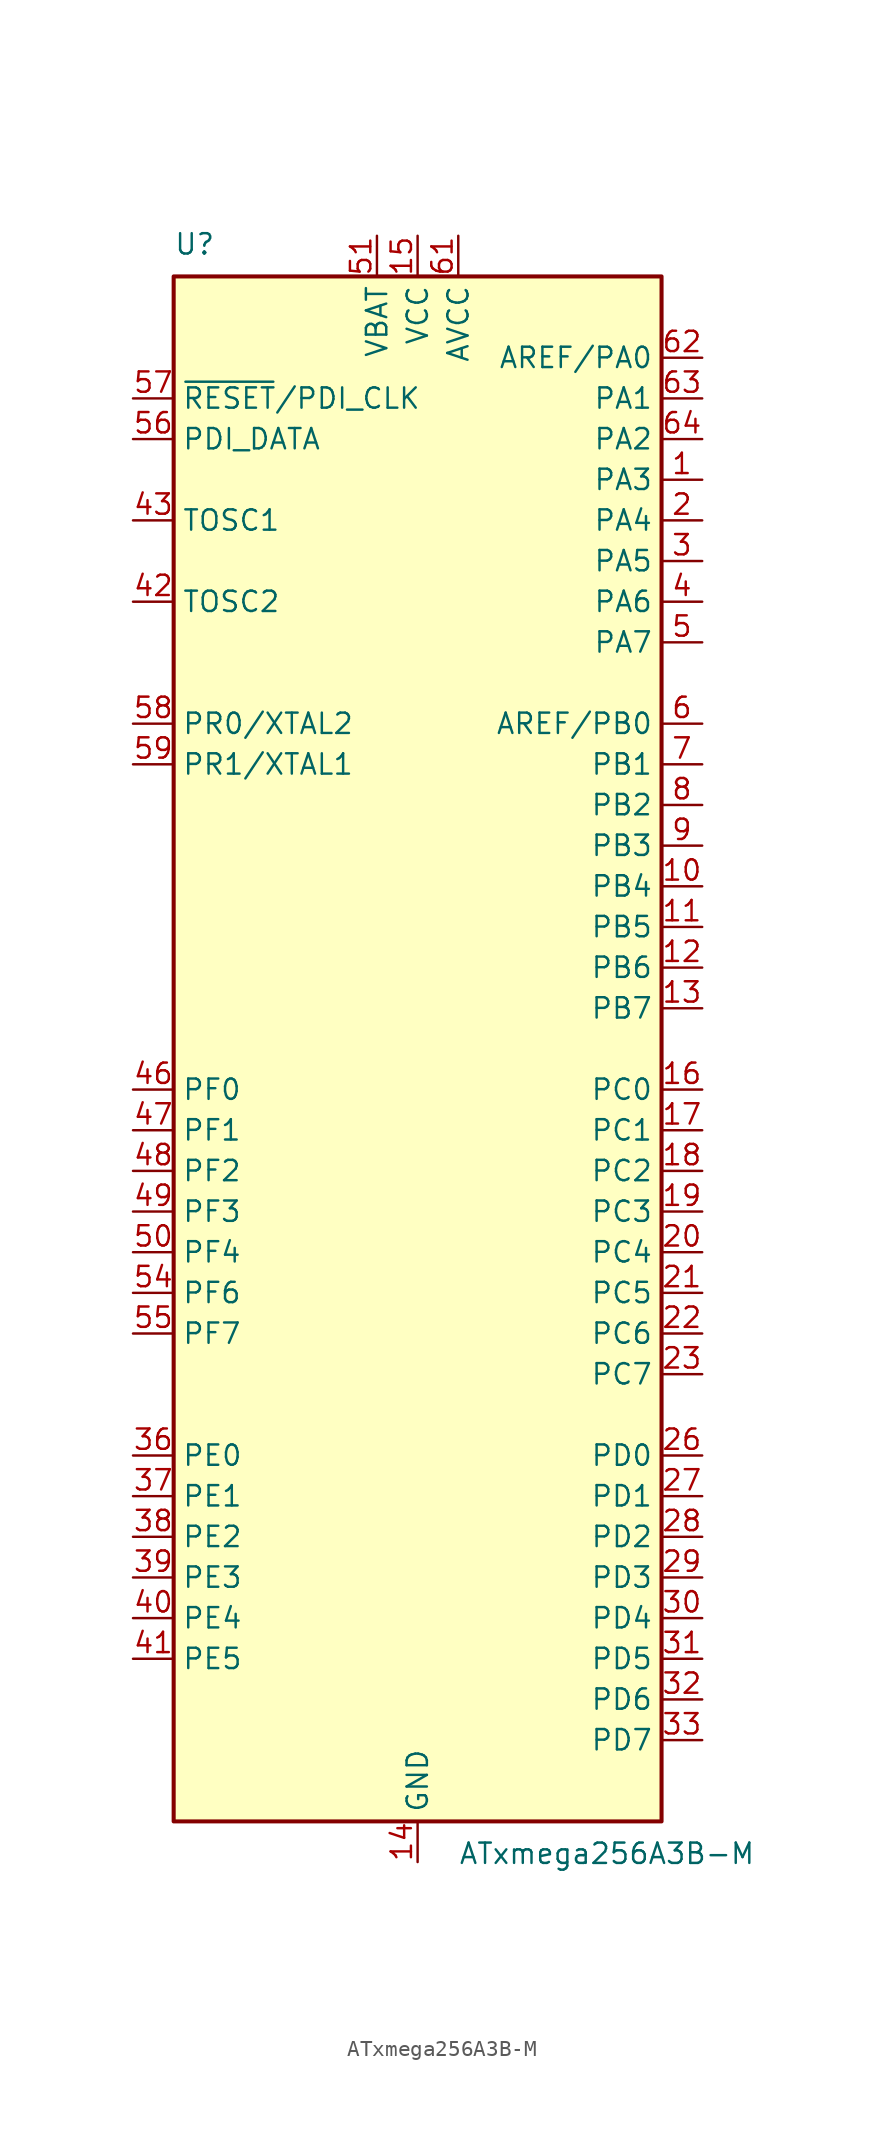
<source format=kicad_sym>
(kicad_symbol_lib
  (version 20211014)
  (generator kicad_symbol_editor)
  (symbol "ATxmega256A3B-M"
    (property "Reference" "U"
      (at -15.24 49.53 0)
      (effects (font (size 1.27 1.27)) (justify left bottom)))
    (property "Value" "ATxmega256A3B-M"
      (at 2.54 -49.53 0)
      (effects (font (size 1.27 1.27)) (justify left top)))
    (symbol "ATxmega256A3B-M_0_1"
      (rectangle (start -15.24 -48.26) (end 15.24 48.26) (stroke (width 0.254) (type default) (color 0 0 0 0)) (fill (type background))))
    (symbol "ATxmega256A3B-M_1_1"
      (pin bidirectional line (at 17.78 35.56 180) (length 2.54) (name "PA3" (effects (font (size 1.27 1.27)))) (number "1" (effects (font (size 1.27 1.27)))))
      (pin bidirectional line (at 17.78 10.16 180) (length 2.54) (name "PB4" (effects (font (size 1.27 1.27)))) (number "10" (effects (font (size 1.27 1.27)))))
      (pin bidirectional line (at 17.78 7.62 180) (length 2.54) (name "PB5" (effects (font (size 1.27 1.27)))) (number "11" (effects (font (size 1.27 1.27)))))
      (pin bidirectional line (at 17.78 5.08 180) (length 2.54) (name "PB6" (effects (font (size 1.27 1.27)))) (number "12" (effects (font (size 1.27 1.27)))))
      (pin bidirectional line (at 17.78 2.54 180) (length 2.54) (name "PB7" (effects (font (size 1.27 1.27)))) (number "13" (effects (font (size 1.27 1.27)))))
      (pin power_in line (at 0 -50.8 90) (length 2.54) (name "GND" (effects (font (size 1.27 1.27)))) (number "14" (effects (font (size 1.27 1.27)))))
      (pin power_in line (at 0 50.8 270) (length 2.54) (name "VCC" (effects (font (size 1.27 1.27)))) (number "15" (effects (font (size 1.27 1.27)))))
      (pin bidirectional line (at 17.78 -2.54 180) (length 2.54) (name "PC0" (effects (font (size 1.27 1.27)))) (number "16" (effects (font (size 1.27 1.27)))))
      (pin bidirectional line (at 17.78 -5.08 180) (length 2.54) (name "PC1" (effects (font (size 1.27 1.27)))) (number "17" (effects (font (size 1.27 1.27)))))
      (pin bidirectional line (at 17.78 -7.62 180) (length 2.54) (name "PC2" (effects (font (size 1.27 1.27)))) (number "18" (effects (font (size 1.27 1.27)))))
      (pin bidirectional line (at 17.78 -10.16 180) (length 2.54) (name "PC3" (effects (font (size 1.27 1.27)))) (number "19" (effects (font (size 1.27 1.27)))))
      (pin bidirectional line (at 17.78 33.02 180) (length 2.54) (name "PA4" (effects (font (size 1.27 1.27)))) (number "2" (effects (font (size 1.27 1.27)))))
      (pin bidirectional line (at 17.78 -12.7 180) (length 2.54) (name "PC4" (effects (font (size 1.27 1.27)))) (number "20" (effects (font (size 1.27 1.27)))))
      (pin bidirectional line (at 17.78 -15.24 180) (length 2.54) (name "PC5" (effects (font (size 1.27 1.27)))) (number "21" (effects (font (size 1.27 1.27)))))
      (pin bidirectional line (at 17.78 -17.78 180) (length 2.54) (name "PC6" (effects (font (size 1.27 1.27)))) (number "22" (effects (font (size 1.27 1.27)))))
      (pin bidirectional line (at 17.78 -20.32 180) (length 2.54) (name "PC7" (effects (font (size 1.27 1.27)))) (number "23" (effects (font (size 1.27 1.27)))))
      (pin passive line (at 0 -50.8 90) (length 2.54) hide (name "GND" (effects (font (size 1.27 1.27)))) (number "24" (effects (font (size 1.27 1.27)))))
      (pin passive line (at 0 50.8 270) (length 2.54) hide (name "VCC" (effects (font (size 1.27 1.27)))) (number "25" (effects (font (size 1.27 1.27)))))
      (pin bidirectional line (at 17.78 -25.4 180) (length 2.54) (name "PD0" (effects (font (size 1.27 1.27)))) (number "26" (effects (font (size 1.27 1.27)))))
      (pin bidirectional line (at 17.78 -27.94 180) (length 2.54) (name "PD1" (effects (font (size 1.27 1.27)))) (number "27" (effects (font (size 1.27 1.27)))))
      (pin bidirectional line (at 17.78 -30.48 180) (length 2.54) (name "PD2" (effects (font (size 1.27 1.27)))) (number "28" (effects (font (size 1.27 1.27)))))
      (pin bidirectional line (at 17.78 -33.02 180) (length 2.54) (name "PD3" (effects (font (size 1.27 1.27)))) (number "29" (effects (font (size 1.27 1.27)))))
      (pin bidirectional line (at 17.78 30.48 180) (length 2.54) (name "PA5" (effects (font (size 1.27 1.27)))) (number "3" (effects (font (size 1.27 1.27)))))
      (pin bidirectional line (at 17.78 -35.56 180) (length 2.54) (name "PD4" (effects (font (size 1.27 1.27)))) (number "30" (effects (font (size 1.27 1.27)))))
      (pin bidirectional line (at 17.78 -38.1 180) (length 2.54) (name "PD5" (effects (font (size 1.27 1.27)))) (number "31" (effects (font (size 1.27 1.27)))))
      (pin bidirectional line (at 17.78 -40.64 180) (length 2.54) (name "PD6" (effects (font (size 1.27 1.27)))) (number "32" (effects (font (size 1.27 1.27)))))
      (pin bidirectional line (at 17.78 -43.18 180) (length 2.54) (name "PD7" (effects (font (size 1.27 1.27)))) (number "33" (effects (font (size 1.27 1.27)))))
      (pin passive line (at 0 -50.8 90) (length 2.54) hide (name "GND" (effects (font (size 1.27 1.27)))) (number "34" (effects (font (size 1.27 1.27)))))
      (pin passive line (at 0 50.8 270) (length 2.54) hide (name "VCC" (effects (font (size 1.27 1.27)))) (number "35" (effects (font (size 1.27 1.27)))))
      (pin bidirectional line (at -17.78 -25.4 0) (length 2.54) (name "PE0" (effects (font (size 1.27 1.27)))) (number "36" (effects (font (size 1.27 1.27)))))
      (pin bidirectional line (at -17.78 -27.94 0) (length 2.54) (name "PE1" (effects (font (size 1.27 1.27)))) (number "37" (effects (font (size 1.27 1.27)))))
      (pin bidirectional line (at -17.78 -30.48 0) (length 2.54) (name "PE2" (effects (font (size 1.27 1.27)))) (number "38" (effects (font (size 1.27 1.27)))))
      (pin bidirectional line (at -17.78 -33.02 0) (length 2.54) (name "PE3" (effects (font (size 1.27 1.27)))) (number "39" (effects (font (size 1.27 1.27)))))
      (pin bidirectional line (at 17.78 27.94 180) (length 2.54) (name "PA6" (effects (font (size 1.27 1.27)))) (number "4" (effects (font (size 1.27 1.27)))))
      (pin bidirectional line (at -17.78 -35.56 0) (length 2.54) (name "PE4" (effects (font (size 1.27 1.27)))) (number "40" (effects (font (size 1.27 1.27)))))
      (pin bidirectional line (at -17.78 -38.1 0) (length 2.54) (name "PE5" (effects (font (size 1.27 1.27)))) (number "41" (effects (font (size 1.27 1.27)))))
      (pin passive line (at -17.78 27.94 0) (length 2.54) (name "TOSC2" (effects (font (size 1.27 1.27)))) (number "42" (effects (font (size 1.27 1.27)))))
      (pin input line (at -17.78 33.02 0) (length 2.54) (name "TOSC1" (effects (font (size 1.27 1.27)))) (number "43" (effects (font (size 1.27 1.27)))))
      (pin passive line (at 0 -50.8 90) (length 2.54) hide (name "GND" (effects (font (size 1.27 1.27)))) (number "44" (effects (font (size 1.27 1.27)))))
      (pin passive line (at 0 50.8 270) (length 2.54) hide (name "VCC" (effects (font (size 1.27 1.27)))) (number "45" (effects (font (size 1.27 1.27)))))
      (pin bidirectional line (at -17.78 -2.54 0) (length 2.54) (name "PF0" (effects (font (size 1.27 1.27)))) (number "46" (effects (font (size 1.27 1.27)))))
      (pin bidirectional line (at -17.78 -5.08 0) (length 2.54) (name "PF1" (effects (font (size 1.27 1.27)))) (number "47" (effects (font (size 1.27 1.27)))))
      (pin bidirectional line (at -17.78 -7.62 0) (length 2.54) (name "PF2" (effects (font (size 1.27 1.27)))) (number "48" (effects (font (size 1.27 1.27)))))
      (pin bidirectional line (at -17.78 -10.16 0) (length 2.54) (name "PF3" (effects (font (size 1.27 1.27)))) (number "49" (effects (font (size 1.27 1.27)))))
      (pin bidirectional line (at 17.78 25.4 180) (length 2.54) (name "PA7" (effects (font (size 1.27 1.27)))) (number "5" (effects (font (size 1.27 1.27)))))
      (pin bidirectional line (at -17.78 -12.7 0) (length 2.54) (name "PF4" (effects (font (size 1.27 1.27)))) (number "50" (effects (font (size 1.27 1.27)))))
      (pin power_in line (at -2.54 50.8 270) (length 2.54) (name "VBAT" (effects (font (size 1.27 1.27)))) (number "51" (effects (font (size 1.27 1.27)))))
      (pin passive line (at 0 -50.8 90) (length 2.54) hide (name "GND" (effects (font (size 1.27 1.27)))) (number "52" (effects (font (size 1.27 1.27)))))
      (pin passive line (at 0 50.8 270) (length 2.54) hide (name "VCC" (effects (font (size 1.27 1.27)))) (number "53" (effects (font (size 1.27 1.27)))))
      (pin bidirectional line (at -17.78 -15.24 0) (length 2.54) (name "PF6" (effects (font (size 1.27 1.27)))) (number "54" (effects (font (size 1.27 1.27)))))
      (pin bidirectional line (at -17.78 -17.78 0) (length 2.54) (name "PF7" (effects (font (size 1.27 1.27)))) (number "55" (effects (font (size 1.27 1.27)))))
      (pin bidirectional line (at -17.78 38.1 0) (length 2.54) (name "PDI_DATA" (effects (font (size 1.27 1.27)))) (number "56" (effects (font (size 1.27 1.27)))))
      (pin input line (at -17.78 40.64 0) (length 2.54) (name "~{RESET}/PDI_CLK" (effects (font (size 1.27 1.27)))) (number "57" (effects (font (size 1.27 1.27)))))
      (pin bidirectional line (at -17.78 20.32 0) (length 2.54) (name "PR0/XTAL2" (effects (font (size 1.27 1.27)))) (number "58" (effects (font (size 1.27 1.27)))))
      (pin bidirectional line (at -17.78 17.78 0) (length 2.54) (name "PR1/XTAL1" (effects (font (size 1.27 1.27)))) (number "59" (effects (font (size 1.27 1.27)))))
      (pin bidirectional line (at 17.78 20.32 180) (length 2.54) (name "AREF/PB0" (effects (font (size 1.27 1.27)))) (number "6" (effects (font (size 1.27 1.27)))))
      (pin passive line (at 0 -50.8 90) (length 2.54) hide (name "GND" (effects (font (size 1.27 1.27)))) (number "60" (effects (font (size 1.27 1.27)))))
      (pin power_in line (at 2.54 50.8 270) (length 2.54) (name "AVCC" (effects (font (size 1.27 1.27)))) (number "61" (effects (font (size 1.27 1.27)))))
      (pin bidirectional line (at 17.78 43.18 180) (length 2.54) (name "AREF/PA0" (effects (font (size 1.27 1.27)))) (number "62" (effects (font (size 1.27 1.27)))))
      (pin bidirectional line (at 17.78 40.64 180) (length 2.54) (name "PA1" (effects (font (size 1.27 1.27)))) (number "63" (effects (font (size 1.27 1.27)))))
      (pin bidirectional line (at 17.78 38.1 180) (length 2.54) (name "PA2" (effects (font (size 1.27 1.27)))) (number "64" (effects (font (size 1.27 1.27)))))
      (pin passive line (at 0 -50.8 90) (length 2.54) hide (name "GND" (effects (font (size 1.27 1.27)))) (number "65" (effects (font (size 1.27 1.27)))))
      (pin bidirectional line (at 17.78 17.78 180) (length 2.54) (name "PB1" (effects (font (size 1.27 1.27)))) (number "7" (effects (font (size 1.27 1.27)))))
      (pin bidirectional line (at 17.78 15.24 180) (length 2.54) (name "PB2" (effects (font (size 1.27 1.27)))) (number "8" (effects (font (size 1.27 1.27)))))
      (pin bidirectional line (at 17.78 12.7 180) (length 2.54) (name "PB3" (effects (font (size 1.27 1.27)))) (number "9" (effects (font (size 1.27 1.27))))))))
</source>
